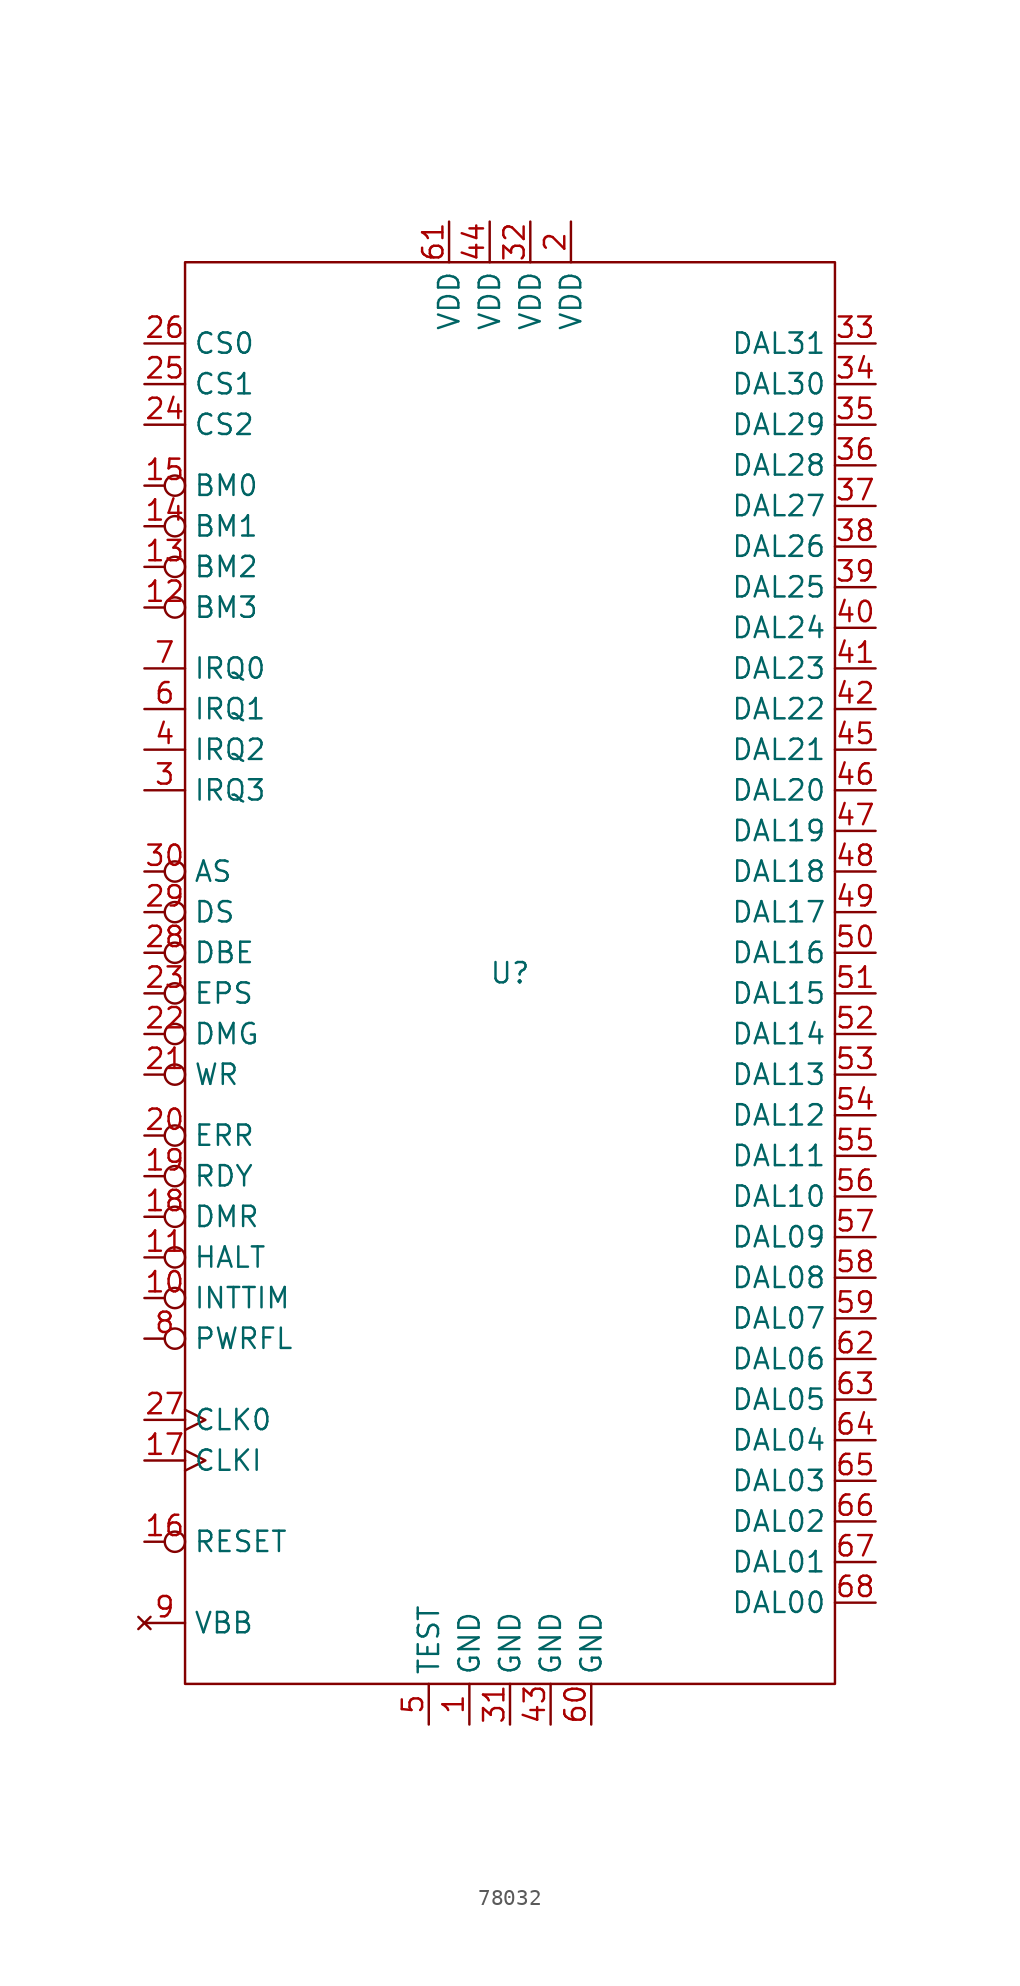
<source format=kicad_sym>
(kicad_symbol_lib
  (version 20241209)
  (generator "kicad_symbol_editor")
  (generator_version "9.0")
  (symbol "78032"
    (property "Reference" "U"
      (at 0 0 0)
      (effects (font (size 1.27 1.27))))
    (property "Value" ""
      (at 0 0 0)
      (effects (font (size 1.27 1.27))))
    (symbol "78032_0_0"
      (pin bidirectional line (at -22.86 39.37 0) (length 2.54) (name "CS0" (effects (font (size 1.27 1.27)))) (number "26" (effects (font (size 1.27 1.27)))))
      (pin bidirectional line (at -22.86 36.83 0) (length 2.54) (name "CS1" (effects (font (size 1.27 1.27)))) (number "25" (effects (font (size 1.27 1.27)))))
      (pin bidirectional line (at -22.86 34.29 0) (length 2.54) (name "CS2" (effects (font (size 1.27 1.27)))) (number "24" (effects (font (size 1.27 1.27)))))
      (pin bidirectional inverted (at -22.86 30.48 0) (length 2.54) (name "BM0" (effects (font (size 1.27 1.27)))) (number "15" (effects (font (size 1.27 1.27)))))
      (pin bidirectional inverted (at -22.86 27.94 0) (length 2.54) (name "BM1" (effects (font (size 1.27 1.27)))) (number "14" (effects (font (size 1.27 1.27)))))
      (pin bidirectional inverted (at -22.86 25.4 0) (length 2.54) (name "BM2" (effects (font (size 1.27 1.27)))) (number "13" (effects (font (size 1.27 1.27)))))
      (pin bidirectional inverted (at -22.86 22.86 0) (length 2.54) (name "BM3" (effects (font (size 1.27 1.27)))) (number "12" (effects (font (size 1.27 1.27)))))
      (pin bidirectional line (at -22.86 19.05 0) (length 2.54) (name "IRQ0" (effects (font (size 1.27 1.27)))) (number "7" (effects (font (size 1.27 1.27)))))
      (pin bidirectional line (at -22.86 16.51 0) (length 2.54) (name "IRQ1" (effects (font (size 1.27 1.27)))) (number "6" (effects (font (size 1.27 1.27)))))
      (pin bidirectional line (at -22.86 13.97 0) (length 2.54) (name "IRQ2" (effects (font (size 1.27 1.27)))) (number "4" (effects (font (size 1.27 1.27)))))
      (pin bidirectional line (at -22.86 11.43 0) (length 2.54) (name "IRQ3" (effects (font (size 1.27 1.27)))) (number "3" (effects (font (size 1.27 1.27)))))
      (pin output inverted (at -22.86 6.35 0) (length 2.54) (name "AS" (effects (font (size 1.27 1.27)))) (number "30" (effects (font (size 1.27 1.27)))))
      (pin output inverted (at -22.86 3.81 0) (length 2.54) (name "DS" (effects (font (size 1.27 1.27)))) (number "29" (effects (font (size 1.27 1.27)))))
      (pin output inverted (at -22.86 1.27 0) (length 2.54) (name "DBE" (effects (font (size 1.27 1.27)))) (number "28" (effects (font (size 1.27 1.27)))))
      (pin output inverted (at -22.86 -1.27 0) (length 2.54) (name "EPS" (effects (font (size 1.27 1.27)))) (number "23" (effects (font (size 1.27 1.27)))))
      (pin output inverted (at -22.86 -3.81 0) (length 2.54) (name "DMG" (effects (font (size 1.27 1.27)))) (number "22" (effects (font (size 1.27 1.27)))))
      (pin output inverted (at -22.86 -6.35 0) (length 2.54) (name "WR" (effects (font (size 1.27 1.27)))) (number "21" (effects (font (size 1.27 1.27)))))
      (pin input inverted (at -22.86 -10.16 0) (length 2.54) (name "ERR" (effects (font (size 1.27 1.27)))) (number "20" (effects (font (size 1.27 1.27)))))
      (pin input inverted (at -22.86 -12.7 0) (length 2.54) (name "RDY" (effects (font (size 1.27 1.27)))) (number "19" (effects (font (size 1.27 1.27)))))
      (pin input inverted (at -22.86 -15.24 0) (length 2.54) (name "DMR" (effects (font (size 1.27 1.27)))) (number "18" (effects (font (size 1.27 1.27)))))
      (pin input inverted (at -22.86 -17.78 0) (length 2.54) (name "HALT" (effects (font (size 1.27 1.27)))) (number "11" (effects (font (size 1.27 1.27)))))
      (pin input inverted (at -22.86 -20.32 0) (length 2.54) (name "INTTIM" (effects (font (size 1.27 1.27)))) (number "10" (effects (font (size 1.27 1.27)))))
      (pin input inverted (at -22.86 -22.86 0) (length 2.54) (name "PWRFL" (effects (font (size 1.27 1.27)))) (number "8" (effects (font (size 1.27 1.27)))))
      (pin output clock (at -22.86 -27.94 0) (length 2.54) (name "CLK0" (effects (font (size 1.27 1.27)))) (number "27" (effects (font (size 1.27 1.27)))))
      (pin input clock (at -22.86 -30.48 0) (length 2.54) (name "CLKI" (effects (font (size 1.27 1.27)))) (number "17" (effects (font (size 1.27 1.27)))))
      (pin input inverted (at -22.86 -35.56 0) (length 2.54) (name "RESET" (effects (font (size 1.27 1.27)))) (number "16" (effects (font (size 1.27 1.27)))))
      (pin no_connect line (at -22.86 -40.64 0) (length 2.54) (name "VBB" (effects (font (size 1.27 1.27)))) (number "9" (effects (font (size 1.27 1.27)))))
      (pin input line (at -5.08 -46.99 90) (length 2.54) (name "TEST" (effects (font (size 1.27 1.27)))) (number "5" (effects (font (size 1.27 1.27)))))
      (pin power_in line (at -3.81 46.99 270) (length 2.54) (name "VDD" (effects (font (size 1.27 1.27)))) (number "61" (effects (font (size 1.27 1.27)))))
      (pin power_in line (at -2.54 -46.99 90) (length 2.54) (name "GND" (effects (font (size 1.27 1.27)))) (number "1" (effects (font (size 1.27 1.27)))))
      (pin power_in line (at -1.27 46.99 270) (length 2.54) (name "VDD" (effects (font (size 1.27 1.27)))) (number "44" (effects (font (size 1.27 1.27)))))
      (pin power_in line (at 0 -46.99 90) (length 2.54) (name "GND" (effects (font (size 1.27 1.27)))) (number "31" (effects (font (size 1.27 1.27)))))
      (pin power_in line (at 1.27 46.99 270) (length 2.54) (name "VDD" (effects (font (size 1.27 1.27)))) (number "32" (effects (font (size 1.27 1.27)))))
      (pin power_in line (at 2.54 -46.99 90) (length 2.54) (name "GND" (effects (font (size 1.27 1.27)))) (number "43" (effects (font (size 1.27 1.27)))))
      (pin power_in line (at 3.81 46.99 270) (length 2.54) (name "VDD" (effects (font (size 1.27 1.27)))) (number "2" (effects (font (size 1.27 1.27)))))
      (pin power_in line (at 5.08 -46.99 90) (length 2.54) (name "GND" (effects (font (size 1.27 1.27)))) (number "60" (effects (font (size 1.27 1.27)))))
      (pin bidirectional line (at 22.86 39.37 180) (length 2.54) (name "DAL31" (effects (font (size 1.27 1.27)))) (number "33" (effects (font (size 1.27 1.27)))))
      (pin bidirectional line (at 22.86 36.83 180) (length 2.54) (name "DAL30" (effects (font (size 1.27 1.27)))) (number "34" (effects (font (size 1.27 1.27)))))
      (pin bidirectional line (at 22.86 34.29 180) (length 2.54) (name "DAL29" (effects (font (size 1.27 1.27)))) (number "35" (effects (font (size 1.27 1.27)))))
      (pin bidirectional line (at 22.86 31.75 180) (length 2.54) (name "DAL28" (effects (font (size 1.27 1.27)))) (number "36" (effects (font (size 1.27 1.27)))))
      (pin bidirectional line (at 22.86 29.21 180) (length 2.54) (name "DAL27" (effects (font (size 1.27 1.27)))) (number "37" (effects (font (size 1.27 1.27)))))
      (pin bidirectional line (at 22.86 26.67 180) (length 2.54) (name "DAL26" (effects (font (size 1.27 1.27)))) (number "38" (effects (font (size 1.27 1.27)))))
      (pin bidirectional line (at 22.86 24.13 180) (length 2.54) (name "DAL25" (effects (font (size 1.27 1.27)))) (number "39" (effects (font (size 1.27 1.27)))))
      (pin bidirectional line (at 22.86 21.59 180) (length 2.54) (name "DAL24" (effects (font (size 1.27 1.27)))) (number "40" (effects (font (size 1.27 1.27)))))
      (pin bidirectional line (at 22.86 19.05 180) (length 2.54) (name "DAL23" (effects (font (size 1.27 1.27)))) (number "41" (effects (font (size 1.27 1.27)))))
      (pin bidirectional line (at 22.86 16.51 180) (length 2.54) (name "DAL22" (effects (font (size 1.27 1.27)))) (number "42" (effects (font (size 1.27 1.27)))))
      (pin bidirectional line (at 22.86 13.97 180) (length 2.54) (name "DAL21" (effects (font (size 1.27 1.27)))) (number "45" (effects (font (size 1.27 1.27)))))
      (pin bidirectional line (at 22.86 11.43 180) (length 2.54) (name "DAL20" (effects (font (size 1.27 1.27)))) (number "46" (effects (font (size 1.27 1.27)))))
      (pin bidirectional line (at 22.86 8.89 180) (length 2.54) (name "DAL19" (effects (font (size 1.27 1.27)))) (number "47" (effects (font (size 1.27 1.27)))))
      (pin bidirectional line (at 22.86 6.35 180) (length 2.54) (name "DAL18" (effects (font (size 1.27 1.27)))) (number "48" (effects (font (size 1.27 1.27)))))
      (pin bidirectional line (at 22.86 3.81 180) (length 2.54) (name "DAL17" (effects (font (size 1.27 1.27)))) (number "49" (effects (font (size 1.27 1.27)))))
      (pin bidirectional line (at 22.86 1.27 180) (length 2.54) (name "DAL16" (effects (font (size 1.27 1.27)))) (number "50" (effects (font (size 1.27 1.27)))))
      (pin bidirectional line (at 22.86 -1.27 180) (length 2.54) (name "DAL15" (effects (font (size 1.27 1.27)))) (number "51" (effects (font (size 1.27 1.27)))))
      (pin bidirectional line (at 22.86 -3.81 180) (length 2.54) (name "DAL14" (effects (font (size 1.27 1.27)))) (number "52" (effects (font (size 1.27 1.27)))))
      (pin bidirectional line (at 22.86 -6.35 180) (length 2.54) (name "DAL13" (effects (font (size 1.27 1.27)))) (number "53" (effects (font (size 1.27 1.27)))))
      (pin bidirectional line (at 22.86 -8.89 180) (length 2.54) (name "DAL12" (effects (font (size 1.27 1.27)))) (number "54" (effects (font (size 1.27 1.27)))))
      (pin bidirectional line (at 22.86 -11.43 180) (length 2.54) (name "DAL11" (effects (font (size 1.27 1.27)))) (number "55" (effects (font (size 1.27 1.27)))))
      (pin bidirectional line (at 22.86 -13.97 180) (length 2.54) (name "DAL10" (effects (font (size 1.27 1.27)))) (number "56" (effects (font (size 1.27 1.27)))))
      (pin bidirectional line (at 22.86 -16.51 180) (length 2.54) (name "DAL09" (effects (font (size 1.27 1.27)))) (number "57" (effects (font (size 1.27 1.27)))))
      (pin bidirectional line (at 22.86 -19.05 180) (length 2.54) (name "DAL08" (effects (font (size 1.27 1.27)))) (number "58" (effects (font (size 1.27 1.27)))))
      (pin bidirectional line (at 22.86 -21.59 180) (length 2.54) (name "DAL07" (effects (font (size 1.27 1.27)))) (number "59" (effects (font (size 1.27 1.27)))))
      (pin bidirectional line (at 22.86 -24.13 180) (length 2.54) (name "DAL06" (effects (font (size 1.27 1.27)))) (number "62" (effects (font (size 1.27 1.27)))))
      (pin bidirectional line (at 22.86 -26.67 180) (length 2.54) (name "DAL05" (effects (font (size 1.27 1.27)))) (number "63" (effects (font (size 1.27 1.27)))))
      (pin bidirectional line (at 22.86 -29.21 180) (length 2.54) (name "DAL04" (effects (font (size 1.27 1.27)))) (number "64" (effects (font (size 1.27 1.27)))))
      (pin bidirectional line (at 22.86 -31.75 180) (length 2.54) (name "DAL03" (effects (font (size 1.27 1.27)))) (number "65" (effects (font (size 1.27 1.27)))))
      (pin bidirectional line (at 22.86 -34.29 180) (length 2.54) (name "DAL02" (effects (font (size 1.27 1.27)))) (number "66" (effects (font (size 1.27 1.27)))))
      (pin bidirectional line (at 22.86 -36.83 180) (length 2.54) (name "DAL01" (effects (font (size 1.27 1.27)))) (number "67" (effects (font (size 1.27 1.27)))))
      (pin bidirectional line (at 22.86 -39.37 180) (length 2.54) (name "DAL00" (effects (font (size 1.27 1.27)))) (number "68" (effects (font (size 1.27 1.27))))))
    (symbol "78032_0_1"
      (rectangle (start -20.32 44.45) (end 20.32 -44.45) (stroke (width 0) (type default)) (fill (type none))))))
</source>
